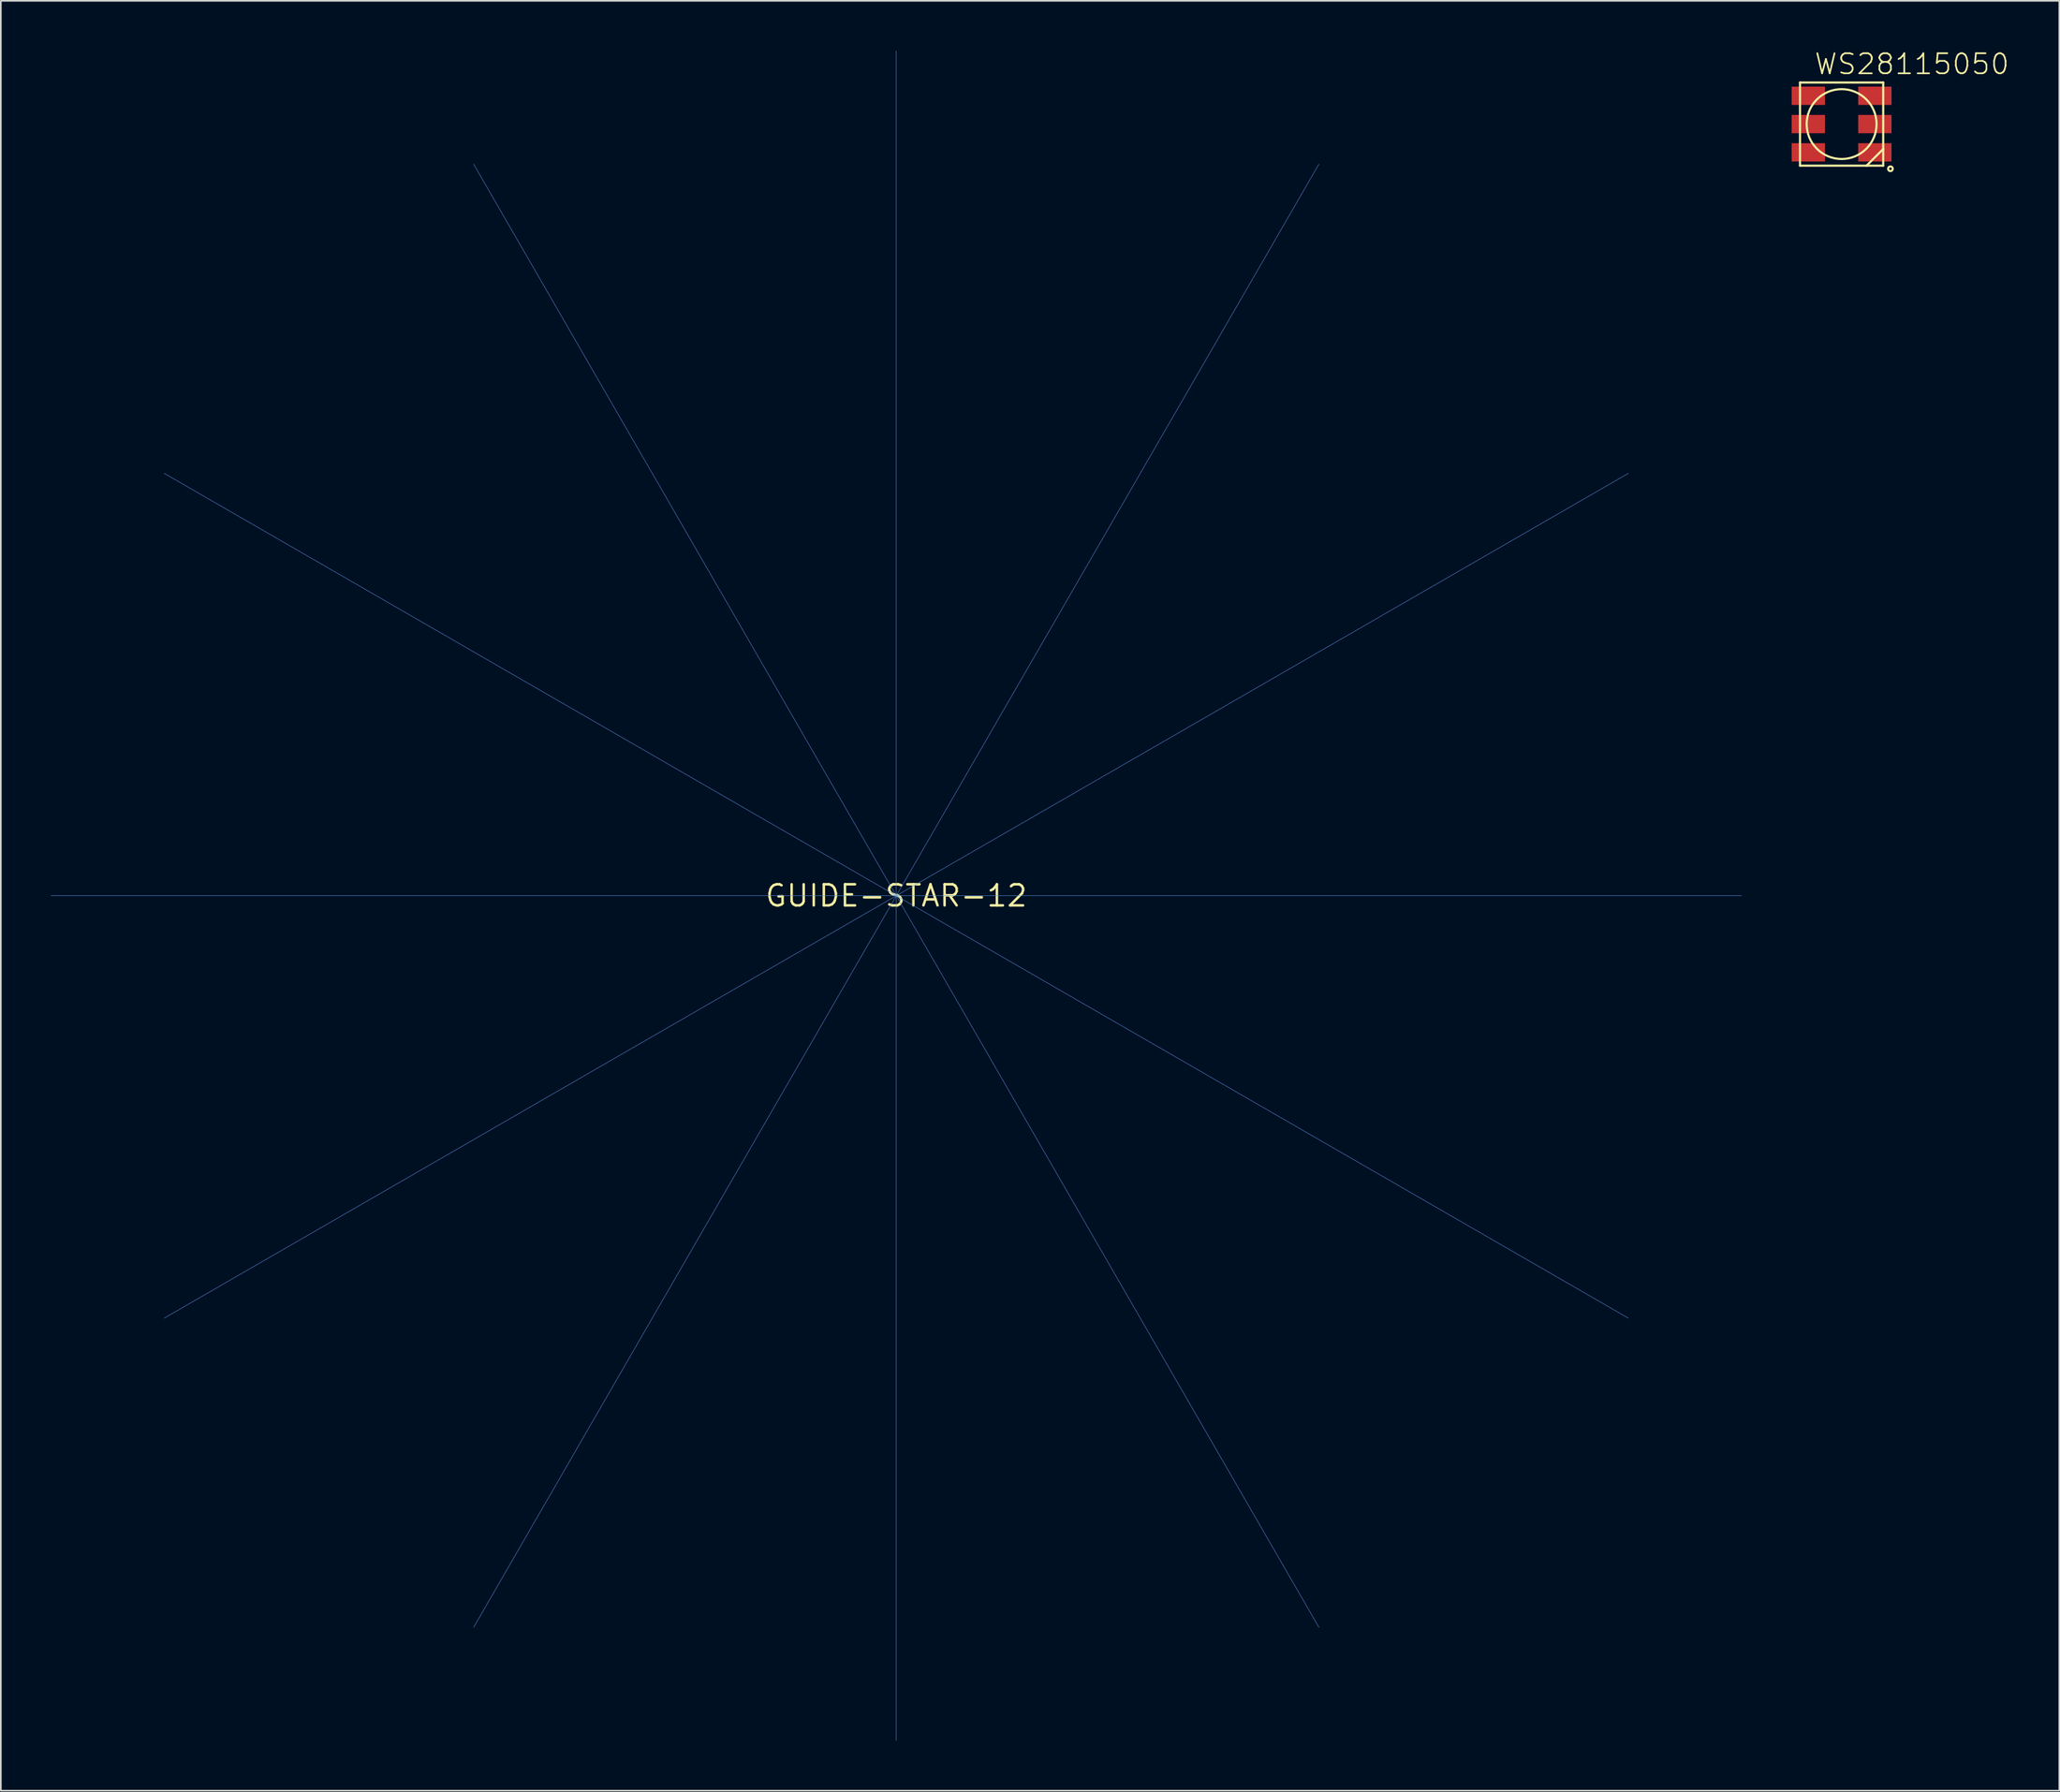
<source format=kicad_pcb>
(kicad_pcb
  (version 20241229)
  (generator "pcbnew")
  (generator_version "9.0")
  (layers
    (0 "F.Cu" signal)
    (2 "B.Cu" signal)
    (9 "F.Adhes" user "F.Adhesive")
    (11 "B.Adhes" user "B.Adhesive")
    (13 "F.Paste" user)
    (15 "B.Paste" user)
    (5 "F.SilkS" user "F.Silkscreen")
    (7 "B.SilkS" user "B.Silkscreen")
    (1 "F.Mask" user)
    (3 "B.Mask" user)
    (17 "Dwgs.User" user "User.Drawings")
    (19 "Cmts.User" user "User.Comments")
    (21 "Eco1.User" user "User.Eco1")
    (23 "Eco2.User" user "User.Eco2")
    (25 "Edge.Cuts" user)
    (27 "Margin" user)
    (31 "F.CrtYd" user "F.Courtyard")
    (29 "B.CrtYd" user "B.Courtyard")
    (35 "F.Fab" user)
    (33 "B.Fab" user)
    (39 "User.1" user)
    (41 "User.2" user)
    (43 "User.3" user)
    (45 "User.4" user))
  (footprint "GUIDE-STAR-12"
    (layer "F.Cu")
    (at 50.813 50.813)
    (property "Reference" "GUIDE-STAR-12" (at 0 0 0) (layer "F.SilkS") (effects (font (size 1.27 1.27) (thickness 0.15))))
    (attr through_hole)
    (fp_line (start 0 50.8) (end 0 -50.8) (stroke (width 0.025) (type solid)) (layer "Cmts.User"))
    (fp_line (start 25.4 43.994) (end -25.4 -43.994) (stroke (width 0.025) (type solid)) (layer "Cmts.User"))
    (fp_line (start 25.4 -43.994) (end -25.4 43.994) (stroke (width 0.025) (type solid)) (layer "Cmts.User"))
    (fp_line (start 43.994 -25.4) (end -43.994 25.4) (stroke (width 0.025) (type solid)) (layer "Cmts.User"))
    (fp_line (start 43.994 25.4) (end -43.994 -25.4) (stroke (width 0.025) (type solid)) (layer "Cmts.User"))
    (fp_line (start 50.8 0) (end -50.8 0) (stroke (width 0.025) (type solid)) (layer "Cmts.User")))
  (footprint "WS28115050"
    (layer "F.Cu")
    (at 107.625 4.411)
    (property "Reference" "WS28115050" (at -1.7 -2.9 0) (layer "F.SilkS") (effects (font (size 1.206 1.206) (thickness 0.102)) (justify left bottom)))
    (attr through_hole)
    (fp_line (start -2.5 2.5) (end -2.5 -2.5) (stroke (width 0.127) (type solid)) (layer "F.SilkS"))
    (fp_line (start -2.5 -2.5) (end 2.5 -2.5) (stroke (width 0.127) (type solid)) (layer "F.SilkS"))
    (fp_line (start 1.5 2.5) (end -2.5 2.5) (stroke (width 0.127) (type solid)) (layer "F.SilkS"))
    (fp_line (start 1.5 2.5) (end 2.5 1.5) (stroke (width 0.127) (type solid)) (layer "F.SilkS"))
    (fp_line (start 2.5 1.5) (end 2.5 2.5) (stroke (width 0.127) (type solid)) (layer "F.SilkS"))
    (fp_line (start 2.5 2.5) (end 1.5 2.5) (stroke (width 0.127) (type solid)) (layer "F.SilkS"))
    (fp_line (start 2.5 -2.5) (end 2.5 1.5) (stroke (width 0.127) (type solid)) (layer "F.SilkS"))
    (fp_circle (center 0 0) (end 2.1 0) (stroke (width 0.127) (type solid)) (fill no) (layer "F.SilkS"))
    (fp_circle (center 2.934 2.688) (end 3.075 2.688) (stroke (width 0.127) (type solid)) (fill no) (layer "F.SilkS"))
    (pad "DI" smd rect (at 2 0) (size 2 1.1) (layers "F.Cu" "F.Mask" "F.Paste"))
    (pad "DO" smd rect (at 2 1.7) (size 2 1.1) (layers "F.Cu" "F.Mask" "F.Paste"))
    (pad "LEDVDD" smd rect (at -2 0) (size 2 1.1) (layers "F.Cu" "F.Mask" "F.Paste"))
    (pad "NC" smd rect (at -2 -1.7) (size 2 1.1) (layers "F.Cu" "F.Mask" "F.Paste"))
    (pad "VDD" smd rect (at 2 -1.7) (size 2 1.1) (layers "F.Cu" "F.Mask" "F.Paste"))
    (pad "VSS" smd rect (at -2 1.7) (size 2 1.1) (layers "F.Cu" "F.Mask" "F.Paste")))
  (gr_rect
    (start -3 -3)
    (end 120.709 104.625)
    (stroke (width 0.1) (type default))
    (fill no)
    (layer "Edge.Cuts")))
</source>
